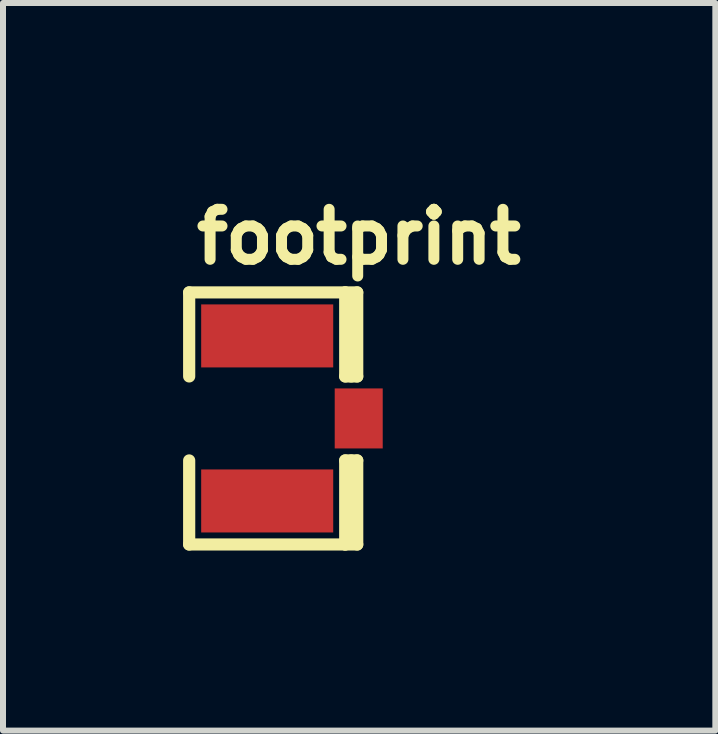
<source format=kicad_pcb>
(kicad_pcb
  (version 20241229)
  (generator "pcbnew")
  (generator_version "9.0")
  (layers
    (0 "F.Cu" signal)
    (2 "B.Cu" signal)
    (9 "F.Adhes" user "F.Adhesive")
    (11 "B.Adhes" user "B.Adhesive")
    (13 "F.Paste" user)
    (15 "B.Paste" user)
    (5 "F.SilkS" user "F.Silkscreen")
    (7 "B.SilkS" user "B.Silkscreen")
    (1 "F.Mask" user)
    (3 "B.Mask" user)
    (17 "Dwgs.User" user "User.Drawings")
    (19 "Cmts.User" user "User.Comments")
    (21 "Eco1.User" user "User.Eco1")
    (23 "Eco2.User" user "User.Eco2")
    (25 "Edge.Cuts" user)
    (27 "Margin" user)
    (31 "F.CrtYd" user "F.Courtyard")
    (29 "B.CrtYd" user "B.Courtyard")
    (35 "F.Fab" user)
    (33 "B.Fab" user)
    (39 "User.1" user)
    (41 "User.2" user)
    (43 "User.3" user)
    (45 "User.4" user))
  (footprint "footprint"
    (layer "F.Cu")
    (at 1.402 3.922)
    (property "Reference" "footprint" (at -1.27 -2.54 0) (layer "F.SilkS") (effects (font (size 0.833 0.833) (thickness 0.183)) (justify left bottom)))
    (fp_line (start -1.3 -0.7) (end -1.3 -2.1) (stroke (width 0.203) (type solid)) (layer "F.SilkS"))
    (fp_line (start -1.3 2.1) (end -1.3 0.7) (stroke (width 0.203) (type solid)) (layer "F.SilkS"))
    (fp_line (start -1.3 2.1) (end 1.3 2.1) (stroke (width 0.203) (type solid)) (layer "F.SilkS"))
    (fp_line (start 1.3 -2.1) (end -1.3 -2.1) (stroke (width 0.203) (type solid)) (layer "F.SilkS"))
    (fp_line (start 1.3 -0.7) (end 1.3 -2.1) (stroke (width 0.203) (type solid)) (layer "F.SilkS"))
    (fp_line (start 1.3 2.1) (end 1.3 0.7) (stroke (width 0.203) (type solid)) (layer "F.SilkS"))
    (fp_line (start 1.4 -0.7) (end 1.4 -2) (stroke (width 0.203) (type solid)) (layer "F.SilkS"))
    (fp_line (start 1.4 2) (end 1.4 0.7) (stroke (width 0.203) (type solid)) (layer "F.SilkS"))
    (fp_line (start 1.5 -2.1) (end 1.3 -2.1) (stroke (width 0.203) (type solid)) (layer "F.SilkS"))
    (fp_line (start 1.5 -0.7) (end 1.3 -0.7) (stroke (width 0.203) (type solid)) (layer "F.SilkS"))
    (fp_line (start 1.5 -0.7) (end 1.5 -2.1) (stroke (width 0.203) (type solid)) (layer "F.SilkS"))
    (fp_line (start 1.5 0.7) (end 1.3 0.7) (stroke (width 0.203) (type solid)) (layer "F.SilkS"))
    (fp_line (start 1.5 2.1) (end 1.3 2.1) (stroke (width 0.203) (type solid)) (layer "F.SilkS"))
    (fp_line (start 1.5 2.1) (end 1.5 0.7) (stroke (width 0.203) (type solid)) (layer "F.SilkS"))
    (pad "1" smd rect (at 0 -1.375) (size 2.2 1.05) (layers "F.Cu" "F.Mask" "F.Paste"))
    (pad "2" smd rect (at 0 1.375) (size 2.2 1.05) (layers "F.Cu" "F.Mask" "F.Paste"))
    (pad "3" smd rect (at 1.525 0) (size 0.8 1) (layers "F.Cu" "F.Mask" "F.Paste"))
    (zone (net_name "") (layer "F.Cu") (hatch edge 0.508) (connect_pads) (min_thickness 0.254) (filled_areas_thickness no) (keepout (tracks not_allowed) (vias not_allowed) (pads not_allowed) (copperpour not_allowed) (footprints allowed)) (placement (enabled no)) (fill) (polygon (pts (xy 0.513 4.747) (xy 2.291 4.747) (xy 2.291 3.096) (xy 0.513 3.096)))))
  (gr_rect
    (start -3 -3)
    (end 8.869 9.123)
    (stroke (width 0.1) (type default))
    (fill no)
    (layer "Edge.Cuts")))
</source>
